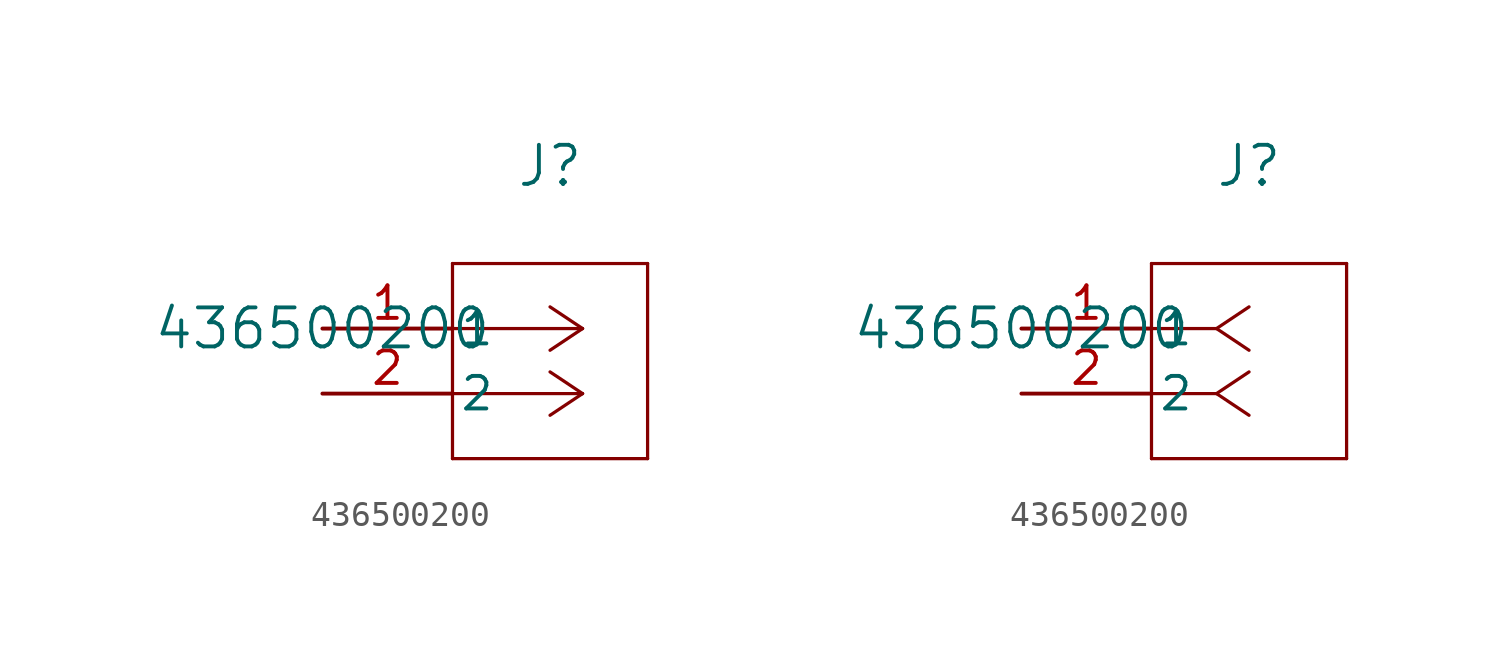
<source format=kicad_sym>
(kicad_symbol_lib
  (version 20211014)
  (generator kicad_symbol_editor)
  (symbol "436500200"
    (pin_names
      (offset 0.254))
    (property "Reference" "J"
      (at 8.89 6.35 0)
      (effects (font (size 1.524 1.524))))
    (property "Value" "436500200"
      (at 0 0 0)
      (effects (font (size 1.524 1.524))))
    (symbol "436500200_1_1"
      (polyline (pts (xy 10.16 0) (xy 5.08 0)) (stroke (width 0.127) (type default) (color 0 0 0 0)) (fill (type none)))
      (polyline (pts (xy 10.16 -2.54) (xy 5.08 -2.54)) (stroke (width 0.127) (type default) (color 0 0 0 0)) (fill (type none)))
      (polyline (pts (xy 10.16 0) (xy 8.89 0.847)) (stroke (width 0.127) (type default) (color 0 0 0 0)) (fill (type none)))
      (polyline (pts (xy 10.16 -2.54) (xy 8.89 -1.693)) (stroke (width 0.127) (type default) (color 0 0 0 0)) (fill (type none)))
      (polyline (pts (xy 10.16 0) (xy 8.89 -0.847)) (stroke (width 0.127) (type default) (color 0 0 0 0)) (fill (type none)))
      (polyline (pts (xy 10.16 -2.54) (xy 8.89 -3.387)) (stroke (width 0.127) (type default) (color 0 0 0 0)) (fill (type none)))
      (polyline (pts (xy 5.08 2.54) (xy 5.08 -5.08)) (stroke (width 0.127) (type default) (color 0 0 0 0)) (fill (type none)))
      (polyline (pts (xy 5.08 -5.08) (xy 12.7 -5.08)) (stroke (width 0.127) (type default) (color 0 0 0 0)) (fill (type none)))
      (polyline (pts (xy 12.7 -5.08) (xy 12.7 2.54)) (stroke (width 0.127) (type default) (color 0 0 0 0)) (fill (type none)))
      (polyline (pts (xy 12.7 2.54) (xy 5.08 2.54)) (stroke (width 0.127) (type default) (color 0 0 0 0)) (fill (type none)))
      (pin unspecified line (at 0 0 0) (length 5.08) (name "1" (effects (font (size 1.27 1.27)))) (number "1" (effects (font (size 1.27 1.27)))))
      (pin unspecified line (at 0 -2.54 0) (length 5.08) (name "2" (effects (font (size 1.27 1.27)))) (number "2" (effects (font (size 1.27 1.27))))))
    (symbol "436500200_1_2"
      (polyline (pts (xy 7.62 0) (xy 5.08 0)) (stroke (width 0.127) (type default) (color 0 0 0 0)) (fill (type none)))
      (polyline (pts (xy 7.62 -2.54) (xy 5.08 -2.54)) (stroke (width 0.127) (type default) (color 0 0 0 0)) (fill (type none)))
      (polyline (pts (xy 7.62 0) (xy 8.89 0.847)) (stroke (width 0.127) (type default) (color 0 0 0 0)) (fill (type none)))
      (polyline (pts (xy 7.62 -2.54) (xy 8.89 -1.693)) (stroke (width 0.127) (type default) (color 0 0 0 0)) (fill (type none)))
      (polyline (pts (xy 7.62 0) (xy 8.89 -0.847)) (stroke (width 0.127) (type default) (color 0 0 0 0)) (fill (type none)))
      (polyline (pts (xy 7.62 -2.54) (xy 8.89 -3.387)) (stroke (width 0.127) (type default) (color 0 0 0 0)) (fill (type none)))
      (polyline (pts (xy 5.08 2.54) (xy 5.08 -5.08)) (stroke (width 0.127) (type default) (color 0 0 0 0)) (fill (type none)))
      (polyline (pts (xy 5.08 -5.08) (xy 12.7 -5.08)) (stroke (width 0.127) (type default) (color 0 0 0 0)) (fill (type none)))
      (polyline (pts (xy 12.7 -5.08) (xy 12.7 2.54)) (stroke (width 0.127) (type default) (color 0 0 0 0)) (fill (type none)))
      (polyline (pts (xy 12.7 2.54) (xy 5.08 2.54)) (stroke (width 0.127) (type default) (color 0 0 0 0)) (fill (type none)))
      (pin unspecified line (at 0 0 0) (length 5.08) (name "1" (effects (font (size 1.27 1.27)))) (number "1" (effects (font (size 1.27 1.27)))))
      (pin unspecified line (at 0 -2.54 0) (length 5.08) (name "2" (effects (font (size 1.27 1.27)))) (number "2" (effects (font (size 1.27 1.27))))))))
</source>
